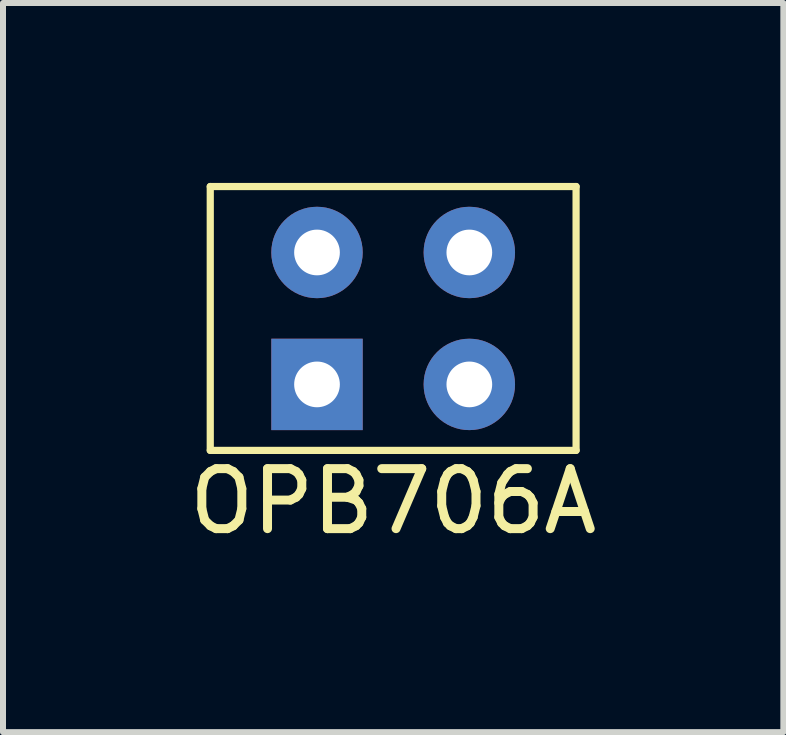
<source format=kicad_pcb>
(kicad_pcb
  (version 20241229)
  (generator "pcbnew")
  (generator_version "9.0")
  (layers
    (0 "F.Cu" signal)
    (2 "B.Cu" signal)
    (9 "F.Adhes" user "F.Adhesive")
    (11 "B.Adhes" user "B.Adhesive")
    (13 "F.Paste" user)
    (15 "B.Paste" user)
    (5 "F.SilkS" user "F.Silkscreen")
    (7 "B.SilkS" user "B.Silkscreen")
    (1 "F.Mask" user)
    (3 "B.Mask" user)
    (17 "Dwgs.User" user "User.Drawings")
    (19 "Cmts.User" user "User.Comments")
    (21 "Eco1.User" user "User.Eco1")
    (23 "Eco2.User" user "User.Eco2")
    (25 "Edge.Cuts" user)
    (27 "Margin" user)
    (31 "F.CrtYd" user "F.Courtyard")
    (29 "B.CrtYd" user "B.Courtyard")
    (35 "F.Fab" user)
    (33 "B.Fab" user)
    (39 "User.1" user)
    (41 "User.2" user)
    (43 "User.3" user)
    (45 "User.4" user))
  (footprint "OPB706A"
    (layer "F.Cu")
    (at 3.506 2.26)
    (property "Reference" "OPB706A" (at 0 3.05 0) (layer "F.SilkS") (effects (font (size 1 1) (thickness 0.15))))
    (attr through_hole)
    (fp_line (start -3.05 -2.2) (end 3.05 -2.2) (stroke (width 0.12) (type solid)) (layer "F.SilkS"))
    (fp_line (start -3.05 2.2) (end -3.05 -2.2) (stroke (width 0.12) (type solid)) (layer "F.SilkS"))
    (fp_line (start 3.05 -2.2) (end 3.05 2.2) (stroke (width 0.12) (type solid)) (layer "F.SilkS"))
    (fp_line (start 3.05 2.2) (end -3.05 2.2) (stroke (width 0.12) (type solid)) (layer "F.SilkS"))
    (pad "1" thru_hole rect (at -1.27 1.1) (size 1.524 1.524) (drill 0.762) (layers "*.Cu" "*.Mask"))
    (pad "2" thru_hole circle (at 1.27 1.1) (size 1.524 1.524) (drill 0.762) (layers "*.Cu" "*.Mask"))
    (pad "3" thru_hole circle (at 1.27 -1.1) (size 1.524 1.524) (drill 0.762) (layers "*.Cu" "*.Mask"))
    (pad "4" thru_hole circle (at -1.27 -1.1) (size 1.524 1.524) (drill 0.762) (layers "*.Cu" "*.Mask")))
  (gr_rect
    (start -3 -3)
    (end 10.012 9.158)
    (stroke (width 0.1) (type default))
    (fill no)
    (layer "Edge.Cuts")))
</source>
